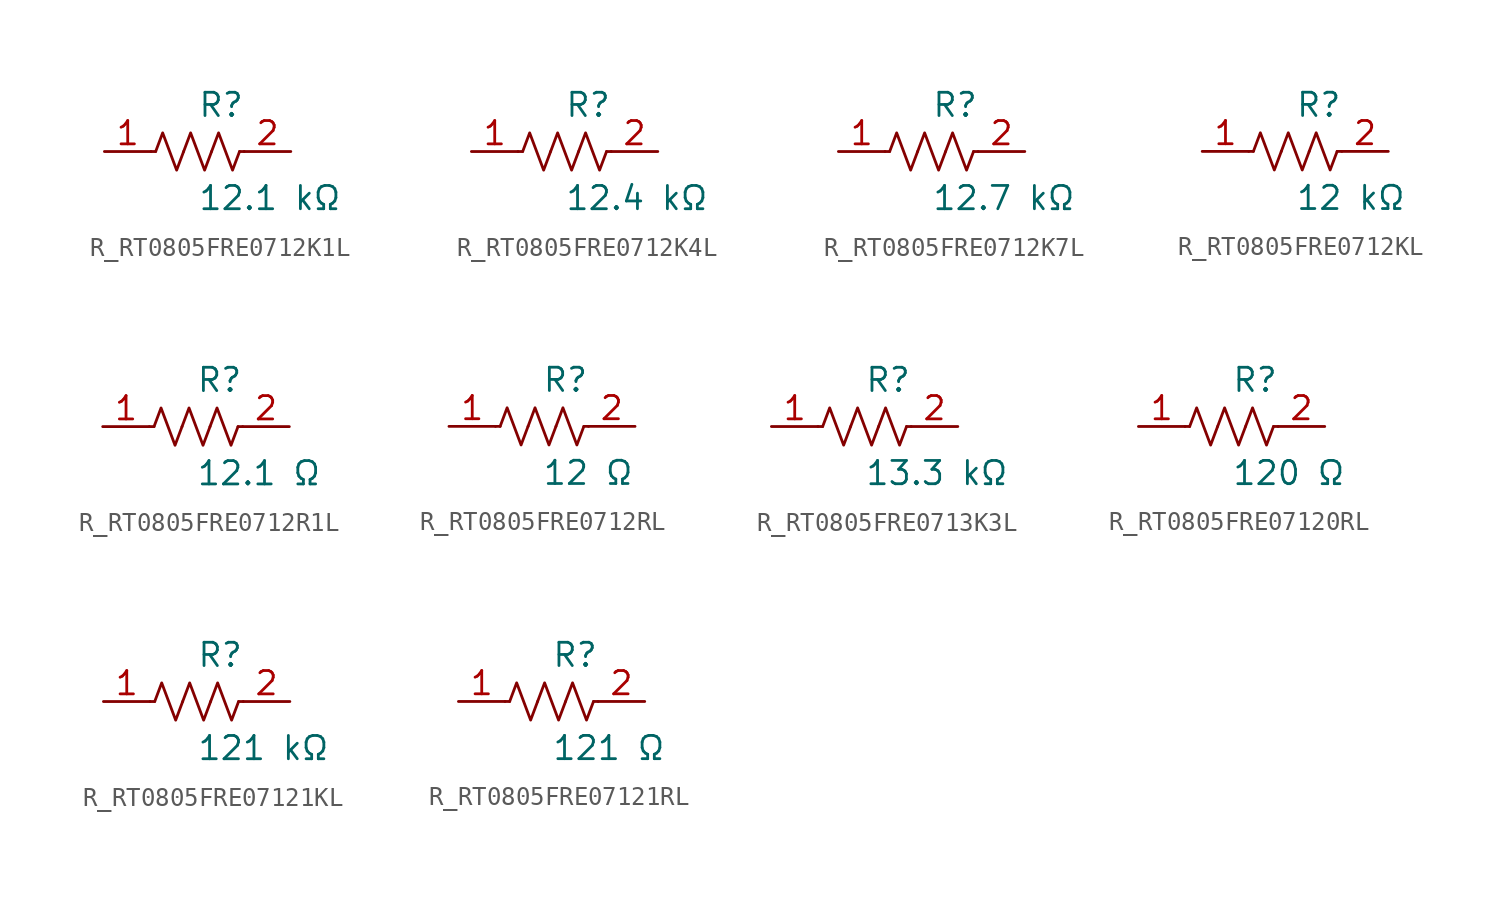
<source format=kicad_sym>
(kicad_symbol_lib
  (version 20231120)
  (generator kicad_symbol_editor)
  (generator_version 8.0)
  (symbol "R_RT0805FRE0712K1L"
    (pin_names
      (offset 0.254))
    (property "Reference" "R"
      (at 0 2.54 0)
      (effects (font (size 1.27 1.27)) (justify left)))
    (property "Value" "12.1 kΩ"
      (at 0 -2.54 0)
      (effects (font (size 1.27 1.27)) (justify left)))
    (symbol "R_RT0805FRE0712K1L_0_1"
      (polyline (pts (xy 2.286 0) (xy 2.54 0)) (stroke (width 0) (type default)) (fill (type none)))
      (polyline (pts (xy -2.286 0) (xy -2.54 0)) (stroke (width 0) (type default)) (fill (type none)))
      (polyline (pts (xy 0.762 0) (xy 1.143 1.016) (xy 1.524 0) (xy 1.905 -1.016) (xy 2.286 0)) (stroke (width 0) (type default)) (fill (type none)))
      (polyline (pts (xy -0.762 0) (xy -0.381 1.016) (xy 0 0) (xy 0.381 -1.016) (xy 0.762 0)) (stroke (width 0) (type default)) (fill (type none)))
      (polyline (pts (xy -2.286 0) (xy -1.905 1.016) (xy -1.524 0) (xy -1.143 -1.016) (xy -0.762 0)) (stroke (width 0) (type default)) (fill (type none))))
    (pin passive line
      (at -5.08 0 0)
      (length 2.54)
      (name "" (effects (font (size 1.27 1.27))))
      (number "1" (effects (font (size 1.27 1.27)))))
    (pin passive line
      (at 5.08 0 180)
      (length 2.54)
      (name "" (effects (font (size 1.27 1.27))))
      (number "2" (effects (font (size 1.27 1.27))))))
  (symbol "R_RT0805FRE0712K4L"
    (pin_names
      (offset 0.254))
    (property "Reference" "R"
      (at 0 2.54 0)
      (effects (font (size 1.27 1.27)) (justify left)))
    (property "Value" "12.4 kΩ"
      (at 0 -2.54 0)
      (effects (font (size 1.27 1.27)) (justify left)))
    (symbol "R_RT0805FRE0712K4L_0_1"
      (polyline (pts (xy 2.286 0) (xy 2.54 0)) (stroke (width 0) (type default)) (fill (type none)))
      (polyline (pts (xy -2.286 0) (xy -2.54 0)) (stroke (width 0) (type default)) (fill (type none)))
      (polyline (pts (xy 0.762 0) (xy 1.143 1.016) (xy 1.524 0) (xy 1.905 -1.016) (xy 2.286 0)) (stroke (width 0) (type default)) (fill (type none)))
      (polyline (pts (xy -0.762 0) (xy -0.381 1.016) (xy 0 0) (xy 0.381 -1.016) (xy 0.762 0)) (stroke (width 0) (type default)) (fill (type none)))
      (polyline (pts (xy -2.286 0) (xy -1.905 1.016) (xy -1.524 0) (xy -1.143 -1.016) (xy -0.762 0)) (stroke (width 0) (type default)) (fill (type none))))
    (pin passive line
      (at -5.08 0 0)
      (length 2.54)
      (name "" (effects (font (size 1.27 1.27))))
      (number "1" (effects (font (size 1.27 1.27)))))
    (pin passive line
      (at 5.08 0 180)
      (length 2.54)
      (name "" (effects (font (size 1.27 1.27))))
      (number "2" (effects (font (size 1.27 1.27))))))
  (symbol "R_RT0805FRE0712K7L"
    (pin_names
      (offset 0.254))
    (property "Reference" "R"
      (at 0 2.54 0)
      (effects (font (size 1.27 1.27)) (justify left)))
    (property "Value" "12.7 kΩ"
      (at 0 -2.54 0)
      (effects (font (size 1.27 1.27)) (justify left)))
    (symbol "R_RT0805FRE0712K7L_0_1"
      (polyline (pts (xy 2.286 0) (xy 2.54 0)) (stroke (width 0) (type default)) (fill (type none)))
      (polyline (pts (xy -2.286 0) (xy -2.54 0)) (stroke (width 0) (type default)) (fill (type none)))
      (polyline (pts (xy 0.762 0) (xy 1.143 1.016) (xy 1.524 0) (xy 1.905 -1.016) (xy 2.286 0)) (stroke (width 0) (type default)) (fill (type none)))
      (polyline (pts (xy -0.762 0) (xy -0.381 1.016) (xy 0 0) (xy 0.381 -1.016) (xy 0.762 0)) (stroke (width 0) (type default)) (fill (type none)))
      (polyline (pts (xy -2.286 0) (xy -1.905 1.016) (xy -1.524 0) (xy -1.143 -1.016) (xy -0.762 0)) (stroke (width 0) (type default)) (fill (type none))))
    (pin passive line
      (at -5.08 0 0)
      (length 2.54)
      (name "" (effects (font (size 1.27 1.27))))
      (number "1" (effects (font (size 1.27 1.27)))))
    (pin passive line
      (at 5.08 0 180)
      (length 2.54)
      (name "" (effects (font (size 1.27 1.27))))
      (number "2" (effects (font (size 1.27 1.27))))))
  (symbol "R_RT0805FRE0712KL"
    (pin_names
      (offset 0.254))
    (property "Reference" "R"
      (at 0 2.54 0)
      (effects (font (size 1.27 1.27)) (justify left)))
    (property "Value" "12 kΩ"
      (at 0 -2.54 0)
      (effects (font (size 1.27 1.27)) (justify left)))
    (symbol "R_RT0805FRE0712KL_0_1"
      (polyline (pts (xy 2.286 0) (xy 2.54 0)) (stroke (width 0) (type default)) (fill (type none)))
      (polyline (pts (xy -2.286 0) (xy -2.54 0)) (stroke (width 0) (type default)) (fill (type none)))
      (polyline (pts (xy 0.762 0) (xy 1.143 1.016) (xy 1.524 0) (xy 1.905 -1.016) (xy 2.286 0)) (stroke (width 0) (type default)) (fill (type none)))
      (polyline (pts (xy -0.762 0) (xy -0.381 1.016) (xy 0 0) (xy 0.381 -1.016) (xy 0.762 0)) (stroke (width 0) (type default)) (fill (type none)))
      (polyline (pts (xy -2.286 0) (xy -1.905 1.016) (xy -1.524 0) (xy -1.143 -1.016) (xy -0.762 0)) (stroke (width 0) (type default)) (fill (type none))))
    (pin passive line
      (at -5.08 0 0)
      (length 2.54)
      (name "" (effects (font (size 1.27 1.27))))
      (number "1" (effects (font (size 1.27 1.27)))))
    (pin passive line
      (at 5.08 0 180)
      (length 2.54)
      (name "" (effects (font (size 1.27 1.27))))
      (number "2" (effects (font (size 1.27 1.27))))))
  (symbol "R_RT0805FRE0712R1L"
    (pin_names
      (offset 0.254))
    (property "Reference" "R"
      (at 0 2.54 0)
      (effects (font (size 1.27 1.27)) (justify left)))
    (property "Value" "12.1 Ω"
      (at 0 -2.54 0)
      (effects (font (size 1.27 1.27)) (justify left)))
    (symbol "R_RT0805FRE0712R1L_0_1"
      (polyline (pts (xy 2.286 0) (xy 2.54 0)) (stroke (width 0) (type default)) (fill (type none)))
      (polyline (pts (xy -2.286 0) (xy -2.54 0)) (stroke (width 0) (type default)) (fill (type none)))
      (polyline (pts (xy 0.762 0) (xy 1.143 1.016) (xy 1.524 0) (xy 1.905 -1.016) (xy 2.286 0)) (stroke (width 0) (type default)) (fill (type none)))
      (polyline (pts (xy -0.762 0) (xy -0.381 1.016) (xy 0 0) (xy 0.381 -1.016) (xy 0.762 0)) (stroke (width 0) (type default)) (fill (type none)))
      (polyline (pts (xy -2.286 0) (xy -1.905 1.016) (xy -1.524 0) (xy -1.143 -1.016) (xy -0.762 0)) (stroke (width 0) (type default)) (fill (type none))))
    (pin passive line
      (at -5.08 0 0)
      (length 2.54)
      (name "" (effects (font (size 1.27 1.27))))
      (number "1" (effects (font (size 1.27 1.27)))))
    (pin passive line
      (at 5.08 0 180)
      (length 2.54)
      (name "" (effects (font (size 1.27 1.27))))
      (number "2" (effects (font (size 1.27 1.27))))))
  (symbol "R_RT0805FRE0712RL"
    (pin_names
      (offset 0.254))
    (property "Reference" "R"
      (at 0 2.54 0)
      (effects (font (size 1.27 1.27)) (justify left)))
    (property "Value" "12 Ω"
      (at 0 -2.54 0)
      (effects (font (size 1.27 1.27)) (justify left)))
    (symbol "R_RT0805FRE0712RL_0_1"
      (polyline (pts (xy 2.286 0) (xy 2.54 0)) (stroke (width 0) (type default)) (fill (type none)))
      (polyline (pts (xy -2.286 0) (xy -2.54 0)) (stroke (width 0) (type default)) (fill (type none)))
      (polyline (pts (xy 0.762 0) (xy 1.143 1.016) (xy 1.524 0) (xy 1.905 -1.016) (xy 2.286 0)) (stroke (width 0) (type default)) (fill (type none)))
      (polyline (pts (xy -0.762 0) (xy -0.381 1.016) (xy 0 0) (xy 0.381 -1.016) (xy 0.762 0)) (stroke (width 0) (type default)) (fill (type none)))
      (polyline (pts (xy -2.286 0) (xy -1.905 1.016) (xy -1.524 0) (xy -1.143 -1.016) (xy -0.762 0)) (stroke (width 0) (type default)) (fill (type none))))
    (pin passive line
      (at -5.08 0 0)
      (length 2.54)
      (name "" (effects (font (size 1.27 1.27))))
      (number "1" (effects (font (size 1.27 1.27)))))
    (pin passive line
      (at 5.08 0 180)
      (length 2.54)
      (name "" (effects (font (size 1.27 1.27))))
      (number "2" (effects (font (size 1.27 1.27))))))
  (symbol "R_RT0805FRE0713K3L"
    (pin_names
      (offset 0.254))
    (property "Reference" "R"
      (at 0 2.54 0)
      (effects (font (size 1.27 1.27)) (justify left)))
    (property "Value" "13.3 kΩ"
      (at 0 -2.54 0)
      (effects (font (size 1.27 1.27)) (justify left)))
    (symbol "R_RT0805FRE0713K3L_0_1"
      (polyline (pts (xy 2.286 0) (xy 2.54 0)) (stroke (width 0) (type default)) (fill (type none)))
      (polyline (pts (xy -2.286 0) (xy -2.54 0)) (stroke (width 0) (type default)) (fill (type none)))
      (polyline (pts (xy 0.762 0) (xy 1.143 1.016) (xy 1.524 0) (xy 1.905 -1.016) (xy 2.286 0)) (stroke (width 0) (type default)) (fill (type none)))
      (polyline (pts (xy -0.762 0) (xy -0.381 1.016) (xy 0 0) (xy 0.381 -1.016) (xy 0.762 0)) (stroke (width 0) (type default)) (fill (type none)))
      (polyline (pts (xy -2.286 0) (xy -1.905 1.016) (xy -1.524 0) (xy -1.143 -1.016) (xy -0.762 0)) (stroke (width 0) (type default)) (fill (type none))))
    (pin passive line
      (at -5.08 0 0)
      (length 2.54)
      (name "" (effects (font (size 1.27 1.27))))
      (number "1" (effects (font (size 1.27 1.27)))))
    (pin passive line
      (at 5.08 0 180)
      (length 2.54)
      (name "" (effects (font (size 1.27 1.27))))
      (number "2" (effects (font (size 1.27 1.27))))))
  (symbol "R_RT0805FRE07120RL"
    (pin_names
      (offset 0.254))
    (property "Reference" "R"
      (at 0 2.54 0)
      (effects (font (size 1.27 1.27)) (justify left)))
    (property "Value" "120 Ω"
      (at 0 -2.54 0)
      (effects (font (size 1.27 1.27)) (justify left)))
    (symbol "R_RT0805FRE07120RL_0_1"
      (polyline (pts (xy 2.286 0) (xy 2.54 0)) (stroke (width 0) (type default)) (fill (type none)))
      (polyline (pts (xy -2.286 0) (xy -2.54 0)) (stroke (width 0) (type default)) (fill (type none)))
      (polyline (pts (xy 0.762 0) (xy 1.143 1.016) (xy 1.524 0) (xy 1.905 -1.016) (xy 2.286 0)) (stroke (width 0) (type default)) (fill (type none)))
      (polyline (pts (xy -0.762 0) (xy -0.381 1.016) (xy 0 0) (xy 0.381 -1.016) (xy 0.762 0)) (stroke (width 0) (type default)) (fill (type none)))
      (polyline (pts (xy -2.286 0) (xy -1.905 1.016) (xy -1.524 0) (xy -1.143 -1.016) (xy -0.762 0)) (stroke (width 0) (type default)) (fill (type none))))
    (pin passive line
      (at -5.08 0 0)
      (length 2.54)
      (name "" (effects (font (size 1.27 1.27))))
      (number "1" (effects (font (size 1.27 1.27)))))
    (pin passive line
      (at 5.08 0 180)
      (length 2.54)
      (name "" (effects (font (size 1.27 1.27))))
      (number "2" (effects (font (size 1.27 1.27))))))
  (symbol "R_RT0805FRE07121KL"
    (pin_names
      (offset 0.254))
    (property "Reference" "R"
      (at 0 2.54 0)
      (effects (font (size 1.27 1.27)) (justify left)))
    (property "Value" "121 kΩ"
      (at 0 -2.54 0)
      (effects (font (size 1.27 1.27)) (justify left)))
    (symbol "R_RT0805FRE07121KL_0_1"
      (polyline (pts (xy 2.286 0) (xy 2.54 0)) (stroke (width 0) (type default)) (fill (type none)))
      (polyline (pts (xy -2.286 0) (xy -2.54 0)) (stroke (width 0) (type default)) (fill (type none)))
      (polyline (pts (xy 0.762 0) (xy 1.143 1.016) (xy 1.524 0) (xy 1.905 -1.016) (xy 2.286 0)) (stroke (width 0) (type default)) (fill (type none)))
      (polyline (pts (xy -0.762 0) (xy -0.381 1.016) (xy 0 0) (xy 0.381 -1.016) (xy 0.762 0)) (stroke (width 0) (type default)) (fill (type none)))
      (polyline (pts (xy -2.286 0) (xy -1.905 1.016) (xy -1.524 0) (xy -1.143 -1.016) (xy -0.762 0)) (stroke (width 0) (type default)) (fill (type none))))
    (pin passive line
      (at -5.08 0 0)
      (length 2.54)
      (name "" (effects (font (size 1.27 1.27))))
      (number "1" (effects (font (size 1.27 1.27)))))
    (pin passive line
      (at 5.08 0 180)
      (length 2.54)
      (name "" (effects (font (size 1.27 1.27))))
      (number "2" (effects (font (size 1.27 1.27))))))
  (symbol "R_RT0805FRE07121RL"
    (pin_names
      (offset 0.254))
    (property "Reference" "R"
      (at 0 2.54 0)
      (effects (font (size 1.27 1.27)) (justify left)))
    (property "Value" "121 Ω"
      (at 0 -2.54 0)
      (effects (font (size 1.27 1.27)) (justify left)))
    (symbol "R_RT0805FRE07121RL_0_1"
      (polyline (pts (xy 2.286 0) (xy 2.54 0)) (stroke (width 0) (type default)) (fill (type none)))
      (polyline (pts (xy -2.286 0) (xy -2.54 0)) (stroke (width 0) (type default)) (fill (type none)))
      (polyline (pts (xy 0.762 0) (xy 1.143 1.016) (xy 1.524 0) (xy 1.905 -1.016) (xy 2.286 0)) (stroke (width 0) (type default)) (fill (type none)))
      (polyline (pts (xy -0.762 0) (xy -0.381 1.016) (xy 0 0) (xy 0.381 -1.016) (xy 0.762 0)) (stroke (width 0) (type default)) (fill (type none)))
      (polyline (pts (xy -2.286 0) (xy -1.905 1.016) (xy -1.524 0) (xy -1.143 -1.016) (xy -0.762 0)) (stroke (width 0) (type default)) (fill (type none))))
    (pin passive line
      (at -5.08 0 0)
      (length 2.54)
      (name "" (effects (font (size 1.27 1.27))))
      (number "1" (effects (font (size 1.27 1.27)))))
    (pin passive line
      (at 5.08 0 180)
      (length 2.54)
      (name "" (effects (font (size 1.27 1.27))))
      (number "2" (effects (font (size 1.27 1.27)))))))
</source>
